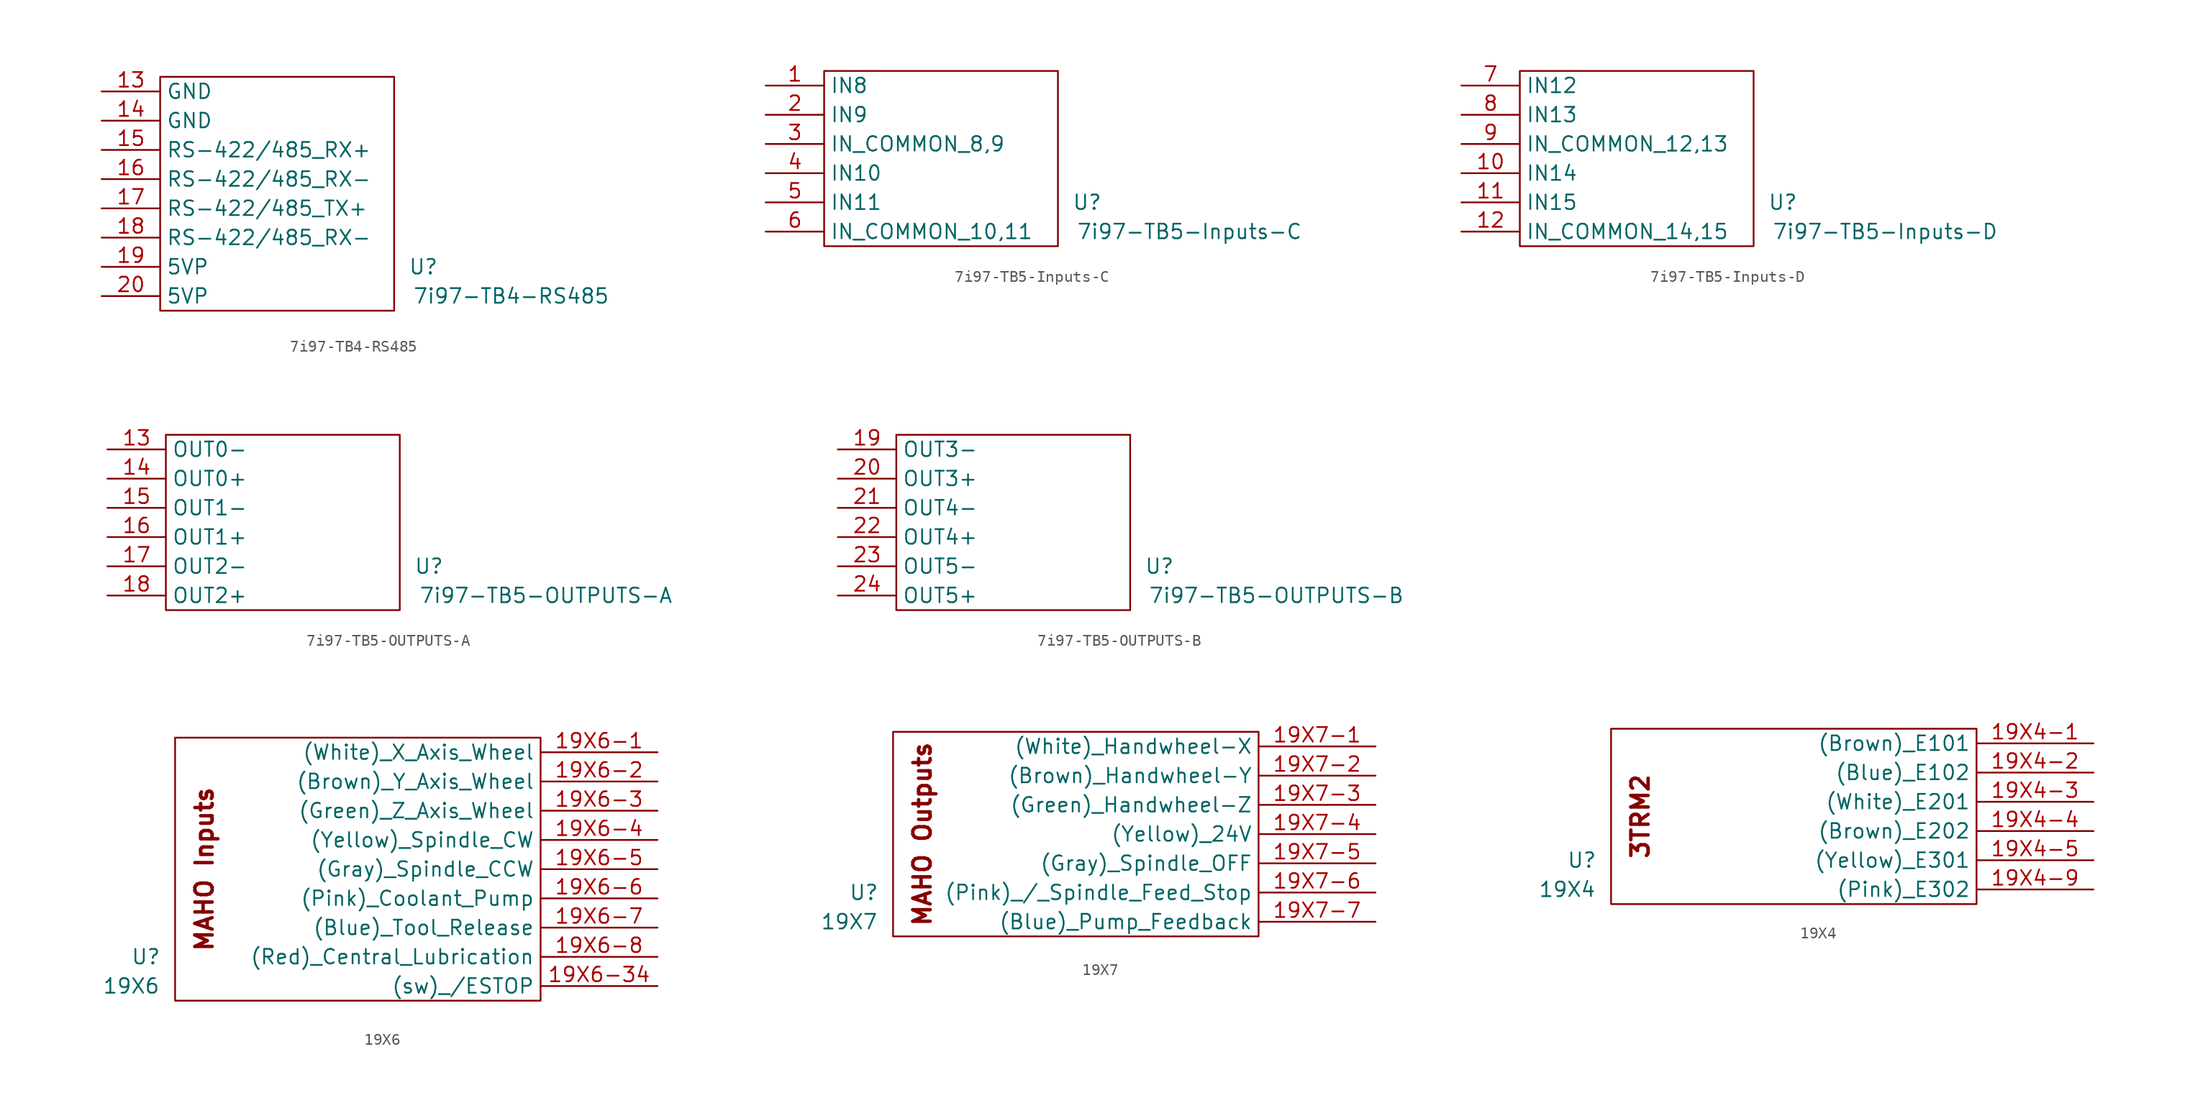
<source format=kicad_sym>
(kicad_symbol_lib
  (version 20220914)
  (generator kicad_symbol_editor)
  (symbol "7i97-TB4-RS485"
    (property "Reference" "U"
      (at 12.7 -6.35 0)
      (effects (font (size 1.27 1.27))))
    (property "Value" "7i97-TB4-RS485"
      (at 20.32 -8.89 0)
      (effects (font (size 1.27 1.27))))
    (symbol "7i97-TB4-RS485_0_1"
      (rectangle (start -10.16 10.16) (end 10.16 -10.16) (stroke (width 0.152) (type default)) (fill (type none))))
    (symbol "7i97-TB4-RS485_1_1"
      (pin passive line (at -15.24 8.89 0) (length 5.08) (name "GND" (effects (font (size 1.27 1.27)))) (number "13" (effects (font (size 1.27 1.27)))))
      (pin passive line (at -15.24 6.35 0) (length 5.08) (name "GND" (effects (font (size 1.27 1.27)))) (number "14" (effects (font (size 1.27 1.27)))))
      (pin passive line (at -15.24 3.81 0) (length 5.08) (name "RS-422/485_RX+" (effects (font (size 1.27 1.27)))) (number "15" (effects (font (size 1.27 1.27)))))
      (pin passive line (at -15.24 1.27 0) (length 5.08) (name "RS-422/485_RX-" (effects (font (size 1.27 1.27)))) (number "16" (effects (font (size 1.27 1.27)))))
      (pin passive line (at -15.24 -1.27 0) (length 5.08) (name "RS-422/485_TX+" (effects (font (size 1.27 1.27)))) (number "17" (effects (font (size 1.27 1.27)))))
      (pin passive line (at -15.24 -3.81 0) (length 5.08) (name "RS-422/485_RX-" (effects (font (size 1.27 1.27)))) (number "18" (effects (font (size 1.27 1.27)))))
      (pin passive line (at -15.24 -6.35 0) (length 5.08) (name "5VP" (effects (font (size 1.27 1.27)))) (number "19" (effects (font (size 1.27 1.27)))))
      (pin passive line (at -15.24 -8.89 0) (length 5.08) (name "5VP" (effects (font (size 1.27 1.27)))) (number "20" (effects (font (size 1.27 1.27)))))))
  (symbol "7i97-TB5-Inputs-C"
    (property "Reference" "U"
      (at 12.7 -3.81 0)
      (effects (font (size 1.27 1.27))))
    (property "Value" "7i97-TB5-Inputs-C"
      (at 21.59 -6.35 0)
      (effects (font (size 1.27 1.27))))
    (symbol "7i97-TB5-Inputs-C_0_1"
      (rectangle (start -10.16 7.62) (end 10.16 -7.62) (stroke (width 0.152) (type default)) (fill (type none))))
    (symbol "7i97-TB5-Inputs-C_1_1"
      (pin passive line (at -15.24 6.35 0) (length 5.08) (name "IN8" (effects (font (size 1.27 1.27)))) (number "1" (effects (font (size 1.27 1.27)))))
      (pin passive line (at -15.24 3.81 0) (length 5.08) (name "IN9" (effects (font (size 1.27 1.27)))) (number "2" (effects (font (size 1.27 1.27)))))
      (pin passive line (at -15.24 1.27 0) (length 5.08) (name "IN_COMMON_8,9" (effects (font (size 1.27 1.27)))) (number "3" (effects (font (size 1.27 1.27)))))
      (pin passive line (at -15.24 -1.27 0) (length 5.08) (name "IN10" (effects (font (size 1.27 1.27)))) (number "4" (effects (font (size 1.27 1.27)))))
      (pin passive line (at -15.24 -3.81 0) (length 5.08) (name "IN11" (effects (font (size 1.27 1.27)))) (number "5" (effects (font (size 1.27 1.27)))))
      (pin passive line (at -15.24 -6.35 0) (length 5.08) (name "IN_COMMON_10,11" (effects (font (size 1.27 1.27)))) (number "6" (effects (font (size 1.27 1.27)))))))
  (symbol "7i97-TB5-Inputs-D"
    (property "Reference" "U"
      (at 12.7 -3.81 0)
      (effects (font (size 1.27 1.27))))
    (property "Value" "7i97-TB5-Inputs-D"
      (at 21.59 -6.35 0)
      (effects (font (size 1.27 1.27))))
    (symbol "7i97-TB5-Inputs-D_0_1"
      (rectangle (start -10.16 7.62) (end 10.16 -7.62) (stroke (width 0.152) (type default)) (fill (type none))))
    (symbol "7i97-TB5-Inputs-D_1_1"
      (pin passive line (at -15.24 -1.27 0) (length 5.08) (name "IN14" (effects (font (size 1.27 1.27)))) (number "10" (effects (font (size 1.27 1.27)))))
      (pin passive line (at -15.24 -3.81 0) (length 5.08) (name "IN15" (effects (font (size 1.27 1.27)))) (number "11" (effects (font (size 1.27 1.27)))))
      (pin passive line (at -15.24 -6.35 0) (length 5.08) (name "IN_COMMON_14,15" (effects (font (size 1.27 1.27)))) (number "12" (effects (font (size 1.27 1.27)))))
      (pin passive line (at -15.24 6.35 0) (length 5.08) (name "IN12" (effects (font (size 1.27 1.27)))) (number "7" (effects (font (size 1.27 1.27)))))
      (pin passive line (at -15.24 3.81 0) (length 5.08) (name "IN13" (effects (font (size 1.27 1.27)))) (number "8" (effects (font (size 1.27 1.27)))))
      (pin passive line (at -15.24 1.27 0) (length 5.08) (name "IN_COMMON_12,13" (effects (font (size 1.27 1.27)))) (number "9" (effects (font (size 1.27 1.27)))))))
  (symbol "7i97-TB5-OUTPUTS-A"
    (property "Reference" "U"
      (at 12.7 -3.81 0)
      (effects (font (size 1.27 1.27))))
    (property "Value" "7i97-TB5-OUTPUTS-A"
      (at 22.86 -6.35 0)
      (effects (font (size 1.27 1.27))))
    (symbol "7i97-TB5-OUTPUTS-A_0_1"
      (rectangle (start -10.16 7.62) (end 10.16 -7.62) (stroke (width 0.152) (type default)) (fill (type none))))
    (symbol "7i97-TB5-OUTPUTS-A_1_1"
      (pin passive line (at -15.24 6.35 0) (length 5.08) (name "OUT0-" (effects (font (size 1.27 1.27)))) (number "13" (effects (font (size 1.27 1.27)))))
      (pin passive line (at -15.24 3.81 0) (length 5.08) (name "OUT0+" (effects (font (size 1.27 1.27)))) (number "14" (effects (font (size 1.27 1.27)))))
      (pin passive line (at -15.24 1.27 0) (length 5.08) (name "OUT1-" (effects (font (size 1.27 1.27)))) (number "15" (effects (font (size 1.27 1.27)))))
      (pin passive line (at -15.24 -1.27 0) (length 5.08) (name "OUT1+" (effects (font (size 1.27 1.27)))) (number "16" (effects (font (size 1.27 1.27)))))
      (pin passive line (at -15.24 -3.81 0) (length 5.08) (name "OUT2-" (effects (font (size 1.27 1.27)))) (number "17" (effects (font (size 1.27 1.27)))))
      (pin passive line (at -15.24 -6.35 0) (length 5.08) (name "OUT2+" (effects (font (size 1.27 1.27)))) (number "18" (effects (font (size 1.27 1.27)))))))
  (symbol "7i97-TB5-OUTPUTS-B"
    (property "Reference" "U"
      (at 12.7 -3.81 0)
      (effects (font (size 1.27 1.27))))
    (property "Value" "7i97-TB5-OUTPUTS-B"
      (at 22.86 -6.35 0)
      (effects (font (size 1.27 1.27))))
    (symbol "7i97-TB5-OUTPUTS-B_0_1"
      (rectangle (start -10.16 7.62) (end 10.16 -7.62) (stroke (width 0.152) (type default)) (fill (type none))))
    (symbol "7i97-TB5-OUTPUTS-B_1_1"
      (pin passive line (at -15.24 6.35 0) (length 5.08) (name "OUT3-" (effects (font (size 1.27 1.27)))) (number "19" (effects (font (size 1.27 1.27)))))
      (pin passive line (at -15.24 3.81 0) (length 5.08) (name "OUT3+" (effects (font (size 1.27 1.27)))) (number "20" (effects (font (size 1.27 1.27)))))
      (pin passive line (at -15.24 1.27 0) (length 5.08) (name "OUT4-" (effects (font (size 1.27 1.27)))) (number "21" (effects (font (size 1.27 1.27)))))
      (pin passive line (at -15.24 -1.27 0) (length 5.08) (name "OUT4+" (effects (font (size 1.27 1.27)))) (number "22" (effects (font (size 1.27 1.27)))))
      (pin passive line (at -15.24 -3.81 0) (length 5.08) (name "OUT5-" (effects (font (size 1.27 1.27)))) (number "23" (effects (font (size 1.27 1.27)))))
      (pin passive line (at -15.24 -6.35 0) (length 5.08) (name "OUT5+" (effects (font (size 1.27 1.27)))) (number "24" (effects (font (size 1.27 1.27)))))))
  (symbol "19X6"
    (property "Reference" "U"
      (at -20.32 -7.62 0)
      (effects (font (size 1.27 1.27))))
    (property "Value" "19X6"
      (at -21.59 -10.16 0)
      (effects (font (size 1.27 1.27))))
    (symbol "19X6_0_1"
      (rectangle (start -17.78 11.43) (end 13.97 -11.43) (stroke (width 0.152) (type default)) (fill (type none))))
    (symbol "19X6_1_1"
      (text "MAHO Inputs" (at -15.24 0 900) (effects (font (size 1.5 1.5) bold)))
      (pin passive line (at 24.13 10.16 180) (length 10.16) (name "(White)_X_Axis_Wheel" (effects (font (size 1.27 1.27)))) (number "19X6-1" (effects (font (size 1.27 1.27)))))
      (pin passive line (at 24.13 7.62 180) (length 10.16) (name "(Brown)_Y_Axis_Wheel" (effects (font (size 1.27 1.27)))) (number "19X6-2" (effects (font (size 1.27 1.27)))))
      (pin passive line (at 24.13 5.08 180) (length 10.16) (name "(Green)_Z_Axis_Wheel" (effects (font (size 1.27 1.27)))) (number "19X6-3" (effects (font (size 1.27 1.27)))))
      (pin passive line (at 24.13 -10.16 180) (length 10.16) (name "(sw)_/ESTOP" (effects (font (size 1.27 1.27)))) (number "19X6-34" (effects (font (size 1.27 1.27)))))
      (pin passive line (at 24.13 2.54 180) (length 10.16) (name "(Yellow)_Spindle_CW" (effects (font (size 1.27 1.27)))) (number "19X6-4" (effects (font (size 1.27 1.27)))))
      (pin passive line (at 24.13 0 180) (length 10.16) (name "(Gray)_Spindle_CCW" (effects (font (size 1.27 1.27)))) (number "19X6-5" (effects (font (size 1.27 1.27)))))
      (pin passive line (at 24.13 -2.54 180) (length 10.16) (name "(Pink)_Coolant_Pump" (effects (font (size 1.27 1.27)))) (number "19X6-6" (effects (font (size 1.27 1.27)))))
      (pin passive line (at 24.13 -5.08 180) (length 10.16) (name "(Blue)_Tool_Release" (effects (font (size 1.27 1.27)))) (number "19X6-7" (effects (font (size 1.27 1.27)))))
      (pin passive line (at 24.13 -7.62 180) (length 10.16) (name "(Red)_Central_Lubrication" (effects (font (size 1.27 1.27)))) (number "19X6-8" (effects (font (size 1.27 1.27)))))))
  (symbol "19X7"
    (property "Reference" "U"
      (at -20.32 -5.08 0)
      (effects (font (size 1.27 1.27))))
    (property "Value" "19X7"
      (at -21.59 -7.62 0)
      (effects (font (size 1.27 1.27))))
    (symbol "19X7_0_1"
      (rectangle (start -17.78 8.89) (end 13.97 -8.89) (stroke (width 0.152) (type default)) (fill (type none))))
    (symbol "19X7_1_1"
      (text "MAHO Outputs" (at -15.24 0 900) (effects (font (size 1.5 1.5) bold)))
      (pin passive line (at 24.13 7.62 180) (length 10.16) (name "(White)_Handwheel-X" (effects (font (size 1.27 1.27)))) (number "19X7-1" (effects (font (size 1.27 1.27)))))
      (pin passive line (at 24.13 5.08 180) (length 10.16) (name "(Brown)_Handwheel-Y" (effects (font (size 1.27 1.27)))) (number "19X7-2" (effects (font (size 1.27 1.27)))))
      (pin passive line (at 24.13 2.54 180) (length 10.16) (name "(Green)_Handwheel-Z" (effects (font (size 1.27 1.27)))) (number "19X7-3" (effects (font (size 1.27 1.27)))))
      (pin passive line (at 24.13 0 180) (length 10.16) (name "(Yellow)_24V" (effects (font (size 1.27 1.27)))) (number "19X7-4" (effects (font (size 1.27 1.27)))))
      (pin passive line (at 24.13 -2.54 180) (length 10.16) (name "(Gray)_Spindle_OFF" (effects (font (size 1.27 1.27)))) (number "19X7-5" (effects (font (size 1.27 1.27)))))
      (pin passive line (at 24.13 -5.08 180) (length 10.16) (name "(Pink)_/_Spindle_Feed_Stop" (effects (font (size 1.27 1.27)))) (number "19X7-6" (effects (font (size 1.27 1.27)))))
      (pin passive line (at 24.13 -7.62 180) (length 10.16) (name "(Blue)_Pump_Feedback" (effects (font (size 1.27 1.27)))) (number "19X7-7" (effects (font (size 1.27 1.27)))))))
  (symbol "19Χ4"
    (property "Reference" "U"
      (at -20.32 -3.81 0)
      (effects (font (size 1.27 1.27))))
    (property "Value" "19Χ4"
      (at -21.59 -6.35 0)
      (effects (font (size 1.27 1.27))))
    (symbol "19Χ4_0_1"
      (rectangle (start -17.78 7.62) (end 13.97 -7.62) (stroke (width 0) (type default)) (fill (type none))))
    (symbol "19Χ4_1_1"
      (text "3TRM2" (at -15.24 0 900) (effects (font (size 1.5 1.5) bold)))
      (pin passive line (at 24.13 6.35 180) (length 10.16) (name "(Brown)_E101" (effects (font (size 1.27 1.27)))) (number "19Χ4-1" (effects (font (size 1.27 1.27)))))
      (pin passive line (at 24.13 3.81 180) (length 10.16) (name "(Blue)_E102" (effects (font (size 1.27 1.27)))) (number "19Χ4-2" (effects (font (size 1.27 1.27)))))
      (pin passive line (at 24.13 1.27 180) (length 10.16) (name "(White)_E201" (effects (font (size 1.27 1.27)))) (number "19Χ4-3" (effects (font (size 1.27 1.27)))))
      (pin passive line (at 24.13 -1.27 180) (length 10.16) (name "(Brown)_E202" (effects (font (size 1.27 1.27)))) (number "19Χ4-4" (effects (font (size 1.27 1.27)))))
      (pin passive line (at 24.13 -3.81 180) (length 10.16) (name "(Yellow)_E301" (effects (font (size 1.27 1.27)))) (number "19Χ4-5" (effects (font (size 1.27 1.27)))))
      (pin passive line (at 24.13 -6.35 180) (length 10.16) (name "(Pink)_E302" (effects (font (size 1.27 1.27)))) (number "19Χ4-9" (effects (font (size 1.27 1.27))))))))
</source>
